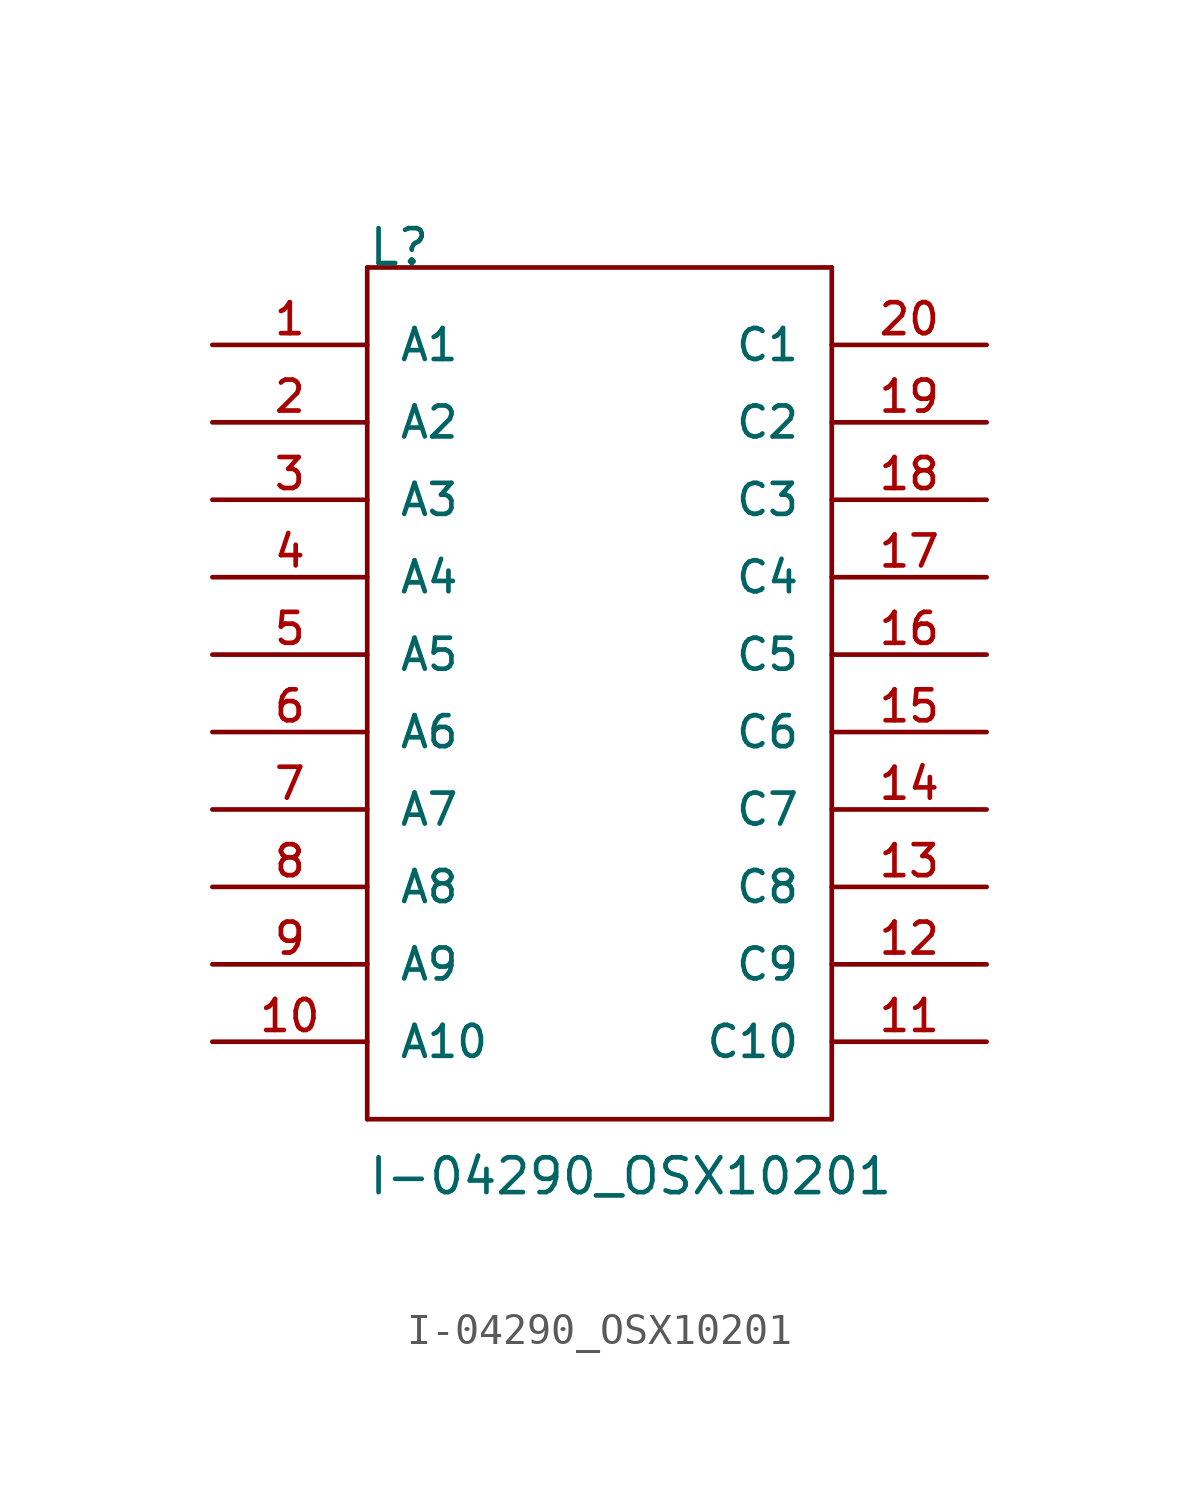
<source format=kicad_sym>
(kicad_symbol_lib
  (version 20211014)
  (generator kicad_symbol_editor)
  (symbol "I-04290_OSX10201"
    (pin_names
      (offset 1.016))
    (property "Reference" "L"
      (at -7.62 15.24 0)
      (effects (font (size 1.143 1.143)) (justify left bottom)))
    (property "Value" "I-04290_OSX10201"
      (at -7.62 -15.24 0)
      (effects (font (size 1.143 1.143)) (justify left bottom)))
    (property "ki_locked" ""
      (at 0 0 0)
      (effects (font (size 1.27 1.27))))
    (symbol "I-04290_OSX10201_1_0"
      (polyline (pts (xy -7.62 -12.7) (xy -7.62 15.24)) (stroke (width 0) (type default) (color 0 0 0 0)) (fill (type none)))
      (polyline (pts (xy -7.62 15.24) (xy 7.62 15.24)) (stroke (width 0) (type default) (color 0 0 0 0)) (fill (type none)))
      (polyline (pts (xy 7.62 -12.7) (xy -7.62 -12.7)) (stroke (width 0) (type default) (color 0 0 0 0)) (fill (type none)))
      (polyline (pts (xy 7.62 15.24) (xy 7.62 -12.7)) (stroke (width 0) (type default) (color 0 0 0 0)) (fill (type none))))
    (symbol "I-04290_OSX10201_1_1"
      (pin bidirectional line (at -12.7 12.7 0) (length 5.08) (name "A1" (effects (font (size 1.016 1.016)))) (number "1" (effects (font (size 1.016 1.016)))))
      (pin bidirectional line (at -12.7 -10.16 0) (length 5.08) (name "A10" (effects (font (size 1.016 1.016)))) (number "10" (effects (font (size 1.016 1.016)))))
      (pin bidirectional line (at 12.7 -10.16 180) (length 5.08) (name "C10" (effects (font (size 1.016 1.016)))) (number "11" (effects (font (size 1.016 1.016)))))
      (pin bidirectional line (at 12.7 -7.62 180) (length 5.08) (name "C9" (effects (font (size 1.016 1.016)))) (number "12" (effects (font (size 1.016 1.016)))))
      (pin bidirectional line (at 12.7 -5.08 180) (length 5.08) (name "C8" (effects (font (size 1.016 1.016)))) (number "13" (effects (font (size 1.016 1.016)))))
      (pin bidirectional line (at 12.7 -2.54 180) (length 5.08) (name "C7" (effects (font (size 1.016 1.016)))) (number "14" (effects (font (size 1.016 1.016)))))
      (pin bidirectional line (at 12.7 0 180) (length 5.08) (name "C6" (effects (font (size 1.016 1.016)))) (number "15" (effects (font (size 1.016 1.016)))))
      (pin bidirectional line (at 12.7 2.54 180) (length 5.08) (name "C5" (effects (font (size 1.016 1.016)))) (number "16" (effects (font (size 1.016 1.016)))))
      (pin bidirectional line (at 12.7 5.08 180) (length 5.08) (name "C4" (effects (font (size 1.016 1.016)))) (number "17" (effects (font (size 1.016 1.016)))))
      (pin bidirectional line (at 12.7 7.62 180) (length 5.08) (name "C3" (effects (font (size 1.016 1.016)))) (number "18" (effects (font (size 1.016 1.016)))))
      (pin bidirectional line (at 12.7 10.16 180) (length 5.08) (name "C2" (effects (font (size 1.016 1.016)))) (number "19" (effects (font (size 1.016 1.016)))))
      (pin bidirectional line (at -12.7 10.16 0) (length 5.08) (name "A2" (effects (font (size 1.016 1.016)))) (number "2" (effects (font (size 1.016 1.016)))))
      (pin bidirectional line (at 12.7 12.7 180) (length 5.08) (name "C1" (effects (font (size 1.016 1.016)))) (number "20" (effects (font (size 1.016 1.016)))))
      (pin bidirectional line (at -12.7 7.62 0) (length 5.08) (name "A3" (effects (font (size 1.016 1.016)))) (number "3" (effects (font (size 1.016 1.016)))))
      (pin bidirectional line (at -12.7 5.08 0) (length 5.08) (name "A4" (effects (font (size 1.016 1.016)))) (number "4" (effects (font (size 1.016 1.016)))))
      (pin bidirectional line (at -12.7 2.54 0) (length 5.08) (name "A5" (effects (font (size 1.016 1.016)))) (number "5" (effects (font (size 1.016 1.016)))))
      (pin bidirectional line (at -12.7 0 0) (length 5.08) (name "A6" (effects (font (size 1.016 1.016)))) (number "6" (effects (font (size 1.016 1.016)))))
      (pin bidirectional line (at -12.7 -2.54 0) (length 5.08) (name "A7" (effects (font (size 1.016 1.016)))) (number "7" (effects (font (size 1.016 1.016)))))
      (pin bidirectional line (at -12.7 -5.08 0) (length 5.08) (name "A8" (effects (font (size 1.016 1.016)))) (number "8" (effects (font (size 1.016 1.016)))))
      (pin bidirectional line (at -12.7 -7.62 0) (length 5.08) (name "A9" (effects (font (size 1.016 1.016)))) (number "9" (effects (font (size 1.016 1.016))))))))
</source>
